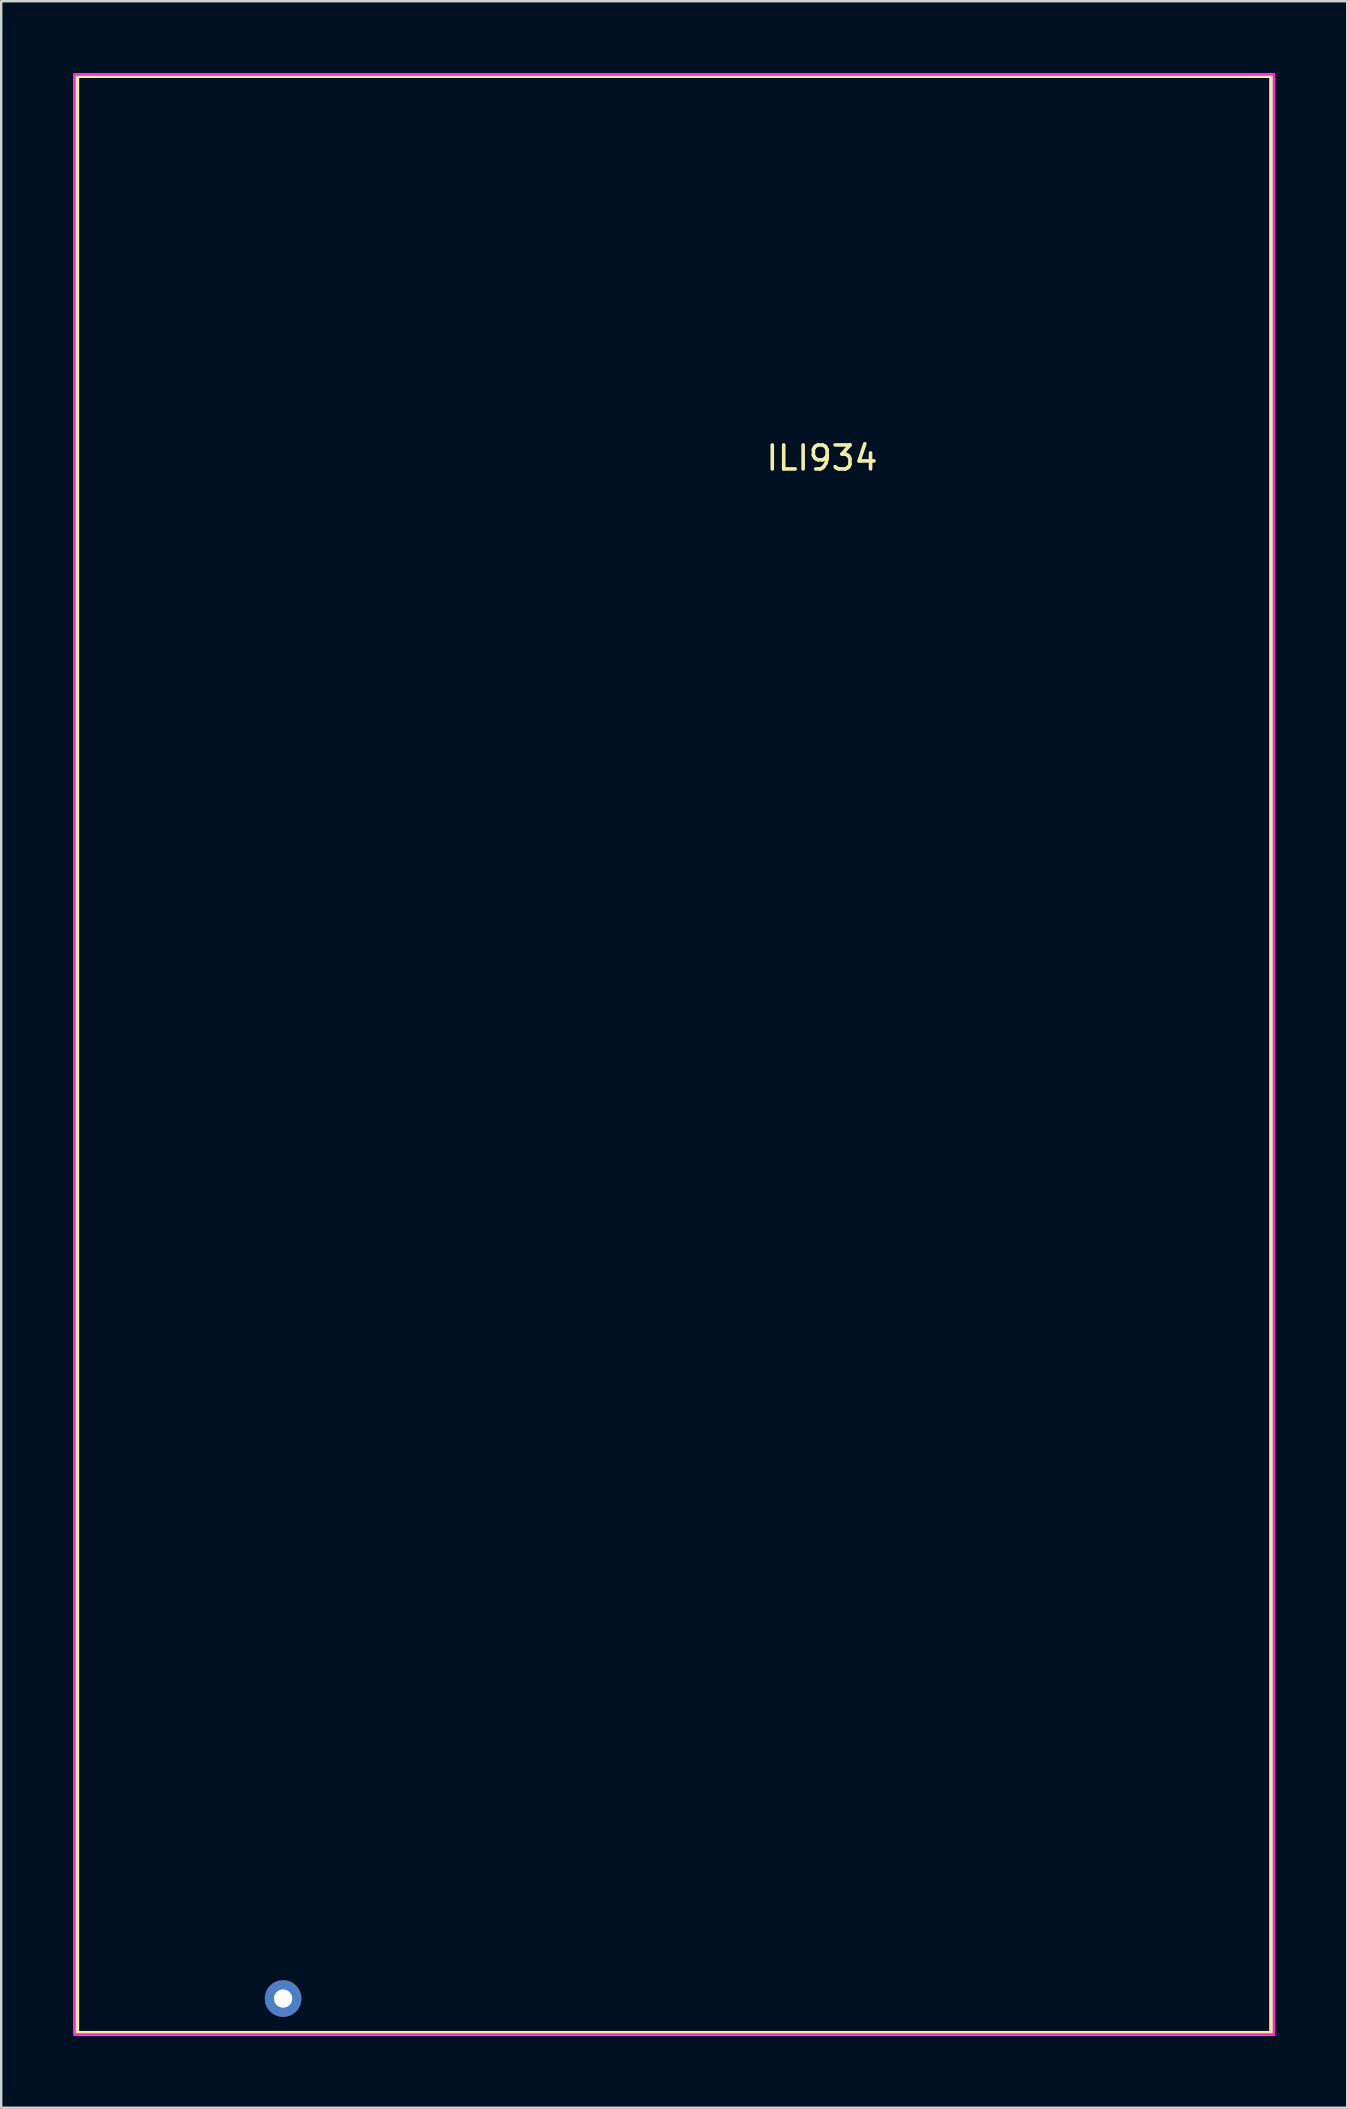
<source format=kicad_pcb>
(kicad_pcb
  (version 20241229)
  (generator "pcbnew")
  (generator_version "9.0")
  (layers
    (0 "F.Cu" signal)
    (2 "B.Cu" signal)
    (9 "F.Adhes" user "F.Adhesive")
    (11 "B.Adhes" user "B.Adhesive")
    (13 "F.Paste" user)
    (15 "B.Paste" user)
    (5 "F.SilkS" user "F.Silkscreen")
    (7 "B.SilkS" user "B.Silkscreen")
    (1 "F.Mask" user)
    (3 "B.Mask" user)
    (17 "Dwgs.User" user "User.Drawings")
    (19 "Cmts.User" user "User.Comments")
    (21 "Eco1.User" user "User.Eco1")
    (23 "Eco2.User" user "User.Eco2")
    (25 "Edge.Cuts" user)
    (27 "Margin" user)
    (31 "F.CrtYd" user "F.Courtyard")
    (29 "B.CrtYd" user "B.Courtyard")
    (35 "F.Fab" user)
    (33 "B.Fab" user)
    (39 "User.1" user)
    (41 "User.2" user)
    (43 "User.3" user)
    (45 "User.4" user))
  (footprint "ILI934"
    (layer "F.Cu")
    (at 25.05 40.9)
    (property "Reference" "ILI934" (at 6.16 -24.86 0) (unlocked yes) (layer "F.SilkS") (effects (font (size 1 1) (thickness 0.15))))
    (attr through_hole)
    (fp_rect (start 24.9 40.8) (end -24.9 -40.8) (stroke (width 0.2) (type solid)) (fill no) (layer "F.SilkS"))
    (fp_rect (start 25 40.85) (end -25 -40.85) (stroke (width 0.1) (type solid)) (fill no) (layer "F.CrtYd"))
    (fp_rect (start 25 40.85) (end -25 -40.85) (stroke (width 0.1) (type solid)) (fill no) (layer "F.Fab"))
    (pad "1" thru_hole circle (at -16.3 39.35) (size 1.524 1.524) (drill 0.762) (layers "*.Cu" "*.Mask")))
  (gr_rect
    (start -3 -3)
    (end 53.1 84.8)
    (stroke (width 0.1) (type default))
    (fill no)
    (layer "Edge.Cuts")))
</source>
